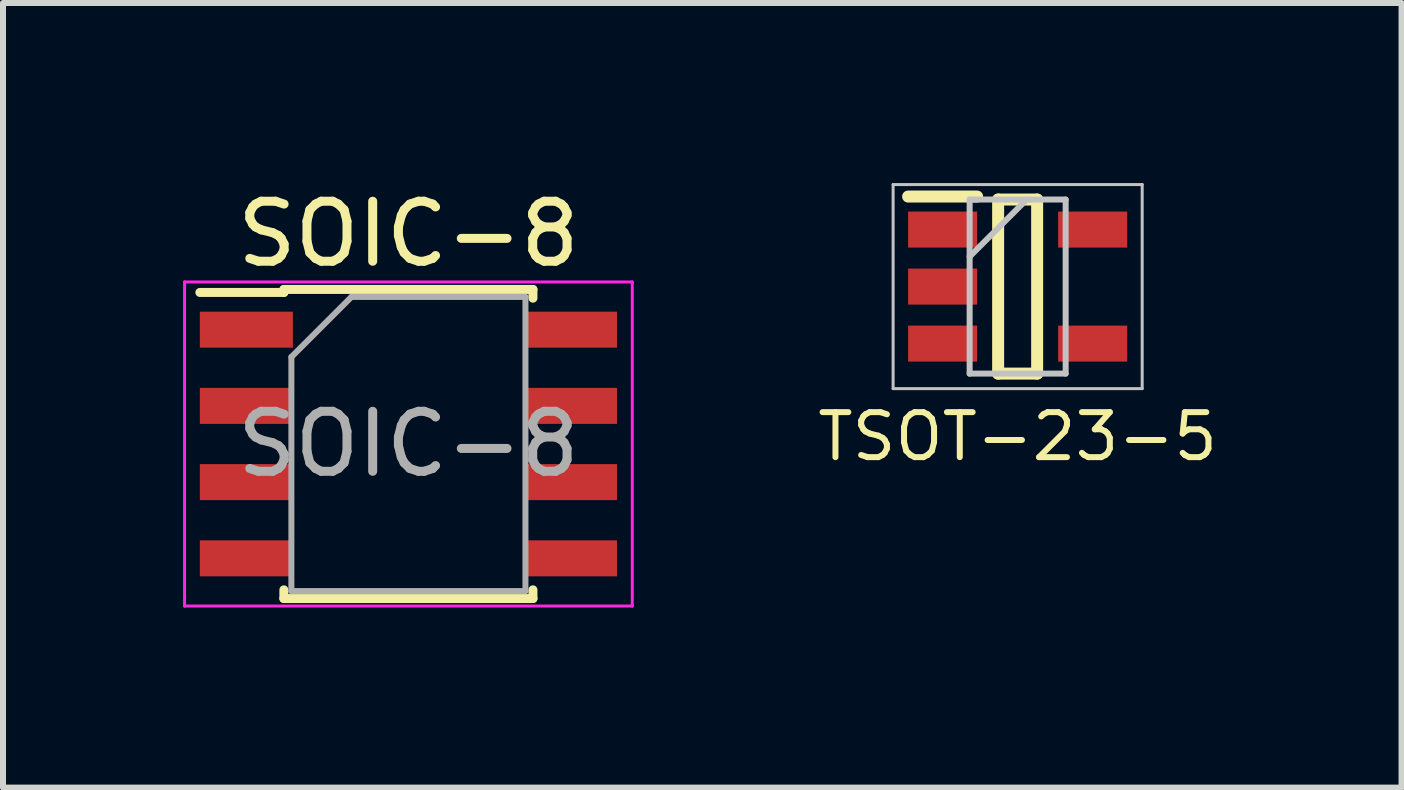
<source format=kicad_pcb>
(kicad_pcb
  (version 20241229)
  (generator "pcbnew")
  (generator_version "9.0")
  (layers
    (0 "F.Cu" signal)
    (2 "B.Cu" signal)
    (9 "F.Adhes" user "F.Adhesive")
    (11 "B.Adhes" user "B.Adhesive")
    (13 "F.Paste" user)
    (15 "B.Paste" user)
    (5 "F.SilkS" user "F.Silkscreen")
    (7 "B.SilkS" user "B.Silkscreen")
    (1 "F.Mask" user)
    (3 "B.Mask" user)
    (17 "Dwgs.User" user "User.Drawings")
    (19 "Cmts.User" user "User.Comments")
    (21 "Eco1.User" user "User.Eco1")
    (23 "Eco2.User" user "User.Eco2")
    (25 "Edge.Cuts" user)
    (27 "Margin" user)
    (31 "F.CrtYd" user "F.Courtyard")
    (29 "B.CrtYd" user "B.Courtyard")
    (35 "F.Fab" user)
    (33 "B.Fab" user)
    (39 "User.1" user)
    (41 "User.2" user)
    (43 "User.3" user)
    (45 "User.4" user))
  (footprint "TSOT-23-5"
    (layer "F.Cu")
    (at 13.906 1.725)
    (property "Reference" "TSOT-23-5" (at 0 2.5 0) (layer "F.SilkS") (effects (font (size 0.75 0.75) (thickness 0.1))))
    (attr smd)
    (fp_line (start -1.825 -1.5) (end -0.675 -1.5) (stroke (width 0.2) (type solid)) (layer "F.SilkS"))
    (fp_line (start -0.325 -1.45) (end 0.325 -1.45) (stroke (width 0.2) (type solid)) (layer "F.SilkS"))
    (fp_line (start -0.325 1.45) (end -0.325 -1.45) (stroke (width 0.2) (type solid)) (layer "F.SilkS"))
    (fp_line (start 0.325 -1.45) (end 0.325 1.45) (stroke (width 0.2) (type solid)) (layer "F.SilkS"))
    (fp_line (start 0.325 1.45) (end -0.325 1.45) (stroke (width 0.2) (type solid)) (layer "F.SilkS"))
    (fp_line (start -2.075 -1.7) (end 2.075 -1.7) (stroke (width 0.05) (type solid)) (layer "Dwgs.User"))
    (fp_line (start -2.075 1.7) (end -2.075 -1.7) (stroke (width 0.05) (type solid)) (layer "Dwgs.User"))
    (fp_line (start -0.8 -1.45) (end 0.8 -1.45) (stroke (width 0.1) (type solid)) (layer "Dwgs.User"))
    (fp_line (start -0.8 -0.5) (end 0.15 -1.45) (stroke (width 0.1) (type solid)) (layer "Dwgs.User"))
    (fp_line (start -0.8 1.45) (end -0.8 -1.45) (stroke (width 0.1) (type solid)) (layer "Dwgs.User"))
    (fp_line (start 0.8 -1.45) (end 0.8 1.45) (stroke (width 0.1) (type solid)) (layer "Dwgs.User"))
    (fp_line (start 0.8 1.45) (end -0.8 1.45) (stroke (width 0.1) (type solid)) (layer "Dwgs.User"))
    (fp_line (start 2.075 -1.7) (end 2.075 1.7) (stroke (width 0.05) (type solid)) (layer "Dwgs.User"))
    (fp_line (start 2.075 1.7) (end -2.075 1.7) (stroke (width 0.05) (type solid)) (layer "Dwgs.User"))
    (pad "1" smd rect (at -1.25 -0.95 90) (size 0.6 1.15) (layers "F.Cu" "F.Mask" "F.Paste"))
    (pad "2" smd rect (at -1.25 0 90) (size 0.6 1.15) (layers "F.Cu" "F.Mask" "F.Paste"))
    (pad "3" smd rect (at -1.25 0.95 90) (size 0.6 1.15) (layers "F.Cu" "F.Mask" "F.Paste"))
    (pad "4" smd rect (at 1.25 0.95 90) (size 0.6 1.15) (layers "F.Cu" "F.Mask" "F.Paste"))
    (pad "5" smd rect (at 1.25 -0.95 90) (size 0.6 1.15) (layers "F.Cu" "F.Mask" "F.Paste")))
  (footprint "SOIC-8"
    (layer "F.Cu")
    (at 3.755 4.348)
    (property "Reference" "SOIC-8" (at 0 -3.5 0) (layer "F.SilkS") (effects (font (size 1 1) (thickness 0.15))))
    (attr smd)
    (fp_line (start -2.075 -2.575) (end -2.075 -2.525) (stroke (width 0.15) (type solid)) (layer "F.SilkS"))
    (fp_line (start -2.075 -2.575) (end 2.075 -2.575) (stroke (width 0.15) (type solid)) (layer "F.SilkS"))
    (fp_line (start -2.075 -2.525) (end -3.475 -2.525) (stroke (width 0.15) (type solid)) (layer "F.SilkS"))
    (fp_line (start -2.075 2.575) (end -2.075 2.43) (stroke (width 0.15) (type solid)) (layer "F.SilkS"))
    (fp_line (start -2.075 2.575) (end 2.075 2.575) (stroke (width 0.15) (type solid)) (layer "F.SilkS"))
    (fp_line (start 2.075 -2.575) (end 2.075 -2.43) (stroke (width 0.15) (type solid)) (layer "F.SilkS"))
    (fp_line (start 2.075 2.575) (end 2.075 2.43) (stroke (width 0.15) (type solid)) (layer "F.SilkS"))
    (fp_line (start -3.73 -2.7) (end -3.73 2.7) (stroke (width 0.05) (type solid)) (layer "F.CrtYd"))
    (fp_line (start -3.73 -2.7) (end 3.73 -2.7) (stroke (width 0.05) (type solid)) (layer "F.CrtYd"))
    (fp_line (start -3.73 2.7) (end 3.73 2.7) (stroke (width 0.05) (type solid)) (layer "F.CrtYd"))
    (fp_line (start 3.73 -2.7) (end 3.73 2.7) (stroke (width 0.05) (type solid)) (layer "F.CrtYd"))
    (fp_line (start -1.95 -1.45) (end -0.95 -2.45) (stroke (width 0.1) (type solid)) (layer "F.Fab"))
    (fp_line (start -1.95 2.45) (end -1.95 -1.45) (stroke (width 0.1) (type solid)) (layer "F.Fab"))
    (fp_line (start -0.95 -2.45) (end 1.95 -2.45) (stroke (width 0.1) (type solid)) (layer "F.Fab"))
    (fp_line (start 1.95 -2.45) (end 1.95 2.45) (stroke (width 0.1) (type solid)) (layer "F.Fab"))
    (fp_line (start 1.95 2.45) (end -1.95 2.45) (stroke (width 0.1) (type solid)) (layer "F.Fab"))
    (fp_text user "${REFERENCE}" (at 0 0 0) (layer "F.Fab") (effects (font (size 1 1) (thickness 0.15))))
    (pad "1" smd rect (at -2.7 -1.905) (size 1.55 0.6) (layers "F.Cu" "F.Mask" "F.Paste"))
    (pad "2" smd rect (at -2.7 -0.635) (size 1.55 0.6) (layers "F.Cu" "F.Mask" "F.Paste"))
    (pad "3" smd rect (at -2.7 0.635) (size 1.55 0.6) (layers "F.Cu" "F.Mask" "F.Paste"))
    (pad "4" smd rect (at -2.7 1.905) (size 1.55 0.6) (layers "F.Cu" "F.Mask" "F.Paste"))
    (pad "5" smd rect (at 2.7 1.905) (size 1.55 0.6) (layers "F.Cu" "F.Mask" "F.Paste"))
    (pad "6" smd rect (at 2.7 0.635) (size 1.55 0.6) (layers "F.Cu" "F.Mask" "F.Paste"))
    (pad "7" smd rect (at 2.7 -0.635) (size 1.55 0.6) (layers "F.Cu" "F.Mask" "F.Paste"))
    (pad "8" smd rect (at 2.7 -1.905) (size 1.55 0.6) (layers "F.Cu" "F.Mask" "F.Paste")))
  (gr_rect
    (start -3 -3)
    (end 20.303 10.073)
    (stroke (width 0.1) (type default))
    (fill no)
    (layer "Edge.Cuts")))
</source>
